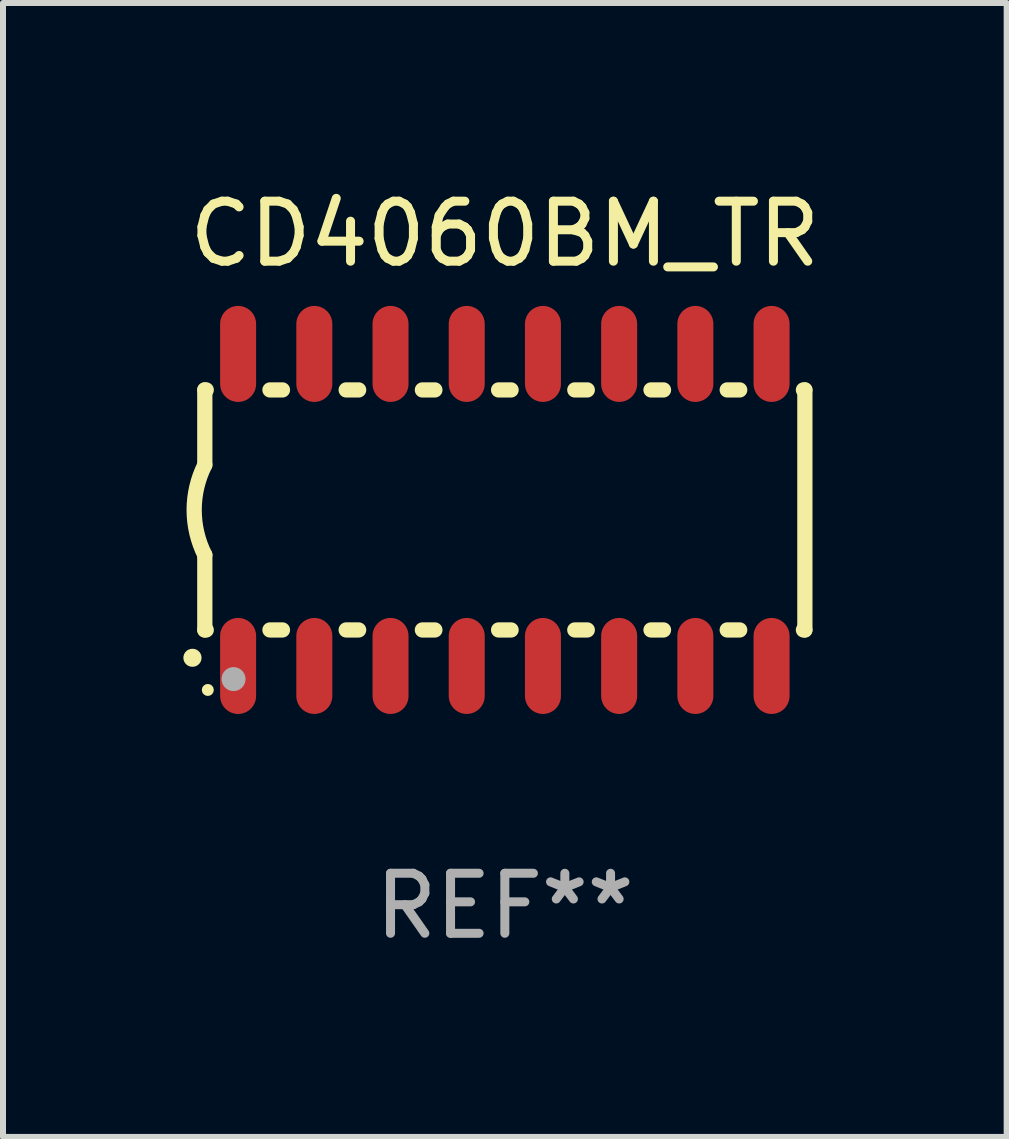
<source format=kicad_pcb>
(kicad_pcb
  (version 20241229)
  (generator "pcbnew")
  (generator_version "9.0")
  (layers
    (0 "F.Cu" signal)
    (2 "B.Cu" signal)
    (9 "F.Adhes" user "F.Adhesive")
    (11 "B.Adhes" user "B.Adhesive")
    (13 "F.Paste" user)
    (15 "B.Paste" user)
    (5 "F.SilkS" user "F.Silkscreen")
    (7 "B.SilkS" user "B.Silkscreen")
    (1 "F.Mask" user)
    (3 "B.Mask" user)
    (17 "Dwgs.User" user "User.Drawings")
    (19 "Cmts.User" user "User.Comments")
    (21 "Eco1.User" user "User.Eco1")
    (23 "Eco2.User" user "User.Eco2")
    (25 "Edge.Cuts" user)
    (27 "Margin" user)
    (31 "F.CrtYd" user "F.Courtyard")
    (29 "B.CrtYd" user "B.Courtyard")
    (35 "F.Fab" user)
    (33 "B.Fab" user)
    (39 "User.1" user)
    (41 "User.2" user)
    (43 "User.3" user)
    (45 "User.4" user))
  (footprint "CD4060BM_TR"
    (layer "F.Cu")
    (at 5.363 5.448)
    (property "Reference" "CD4060BM_TR" (at 0 -4.6 0) (layer "F.SilkS") (effects (font (size 1 1) (thickness 0.15))))
    (attr through_hole)
    (fp_line (start -5 -2) (end -5 -0.75) (stroke (width 0.254) (type solid)) (layer "F.SilkS"))
    (fp_line (start -5 -2) (end -4.976 -2) (stroke (width 0.254) (type solid)) (layer "F.SilkS"))
    (fp_line (start -5 2) (end -5 0.75) (stroke (width 0.254) (type solid)) (layer "F.SilkS"))
    (fp_line (start -5 2) (end -4.976 2) (stroke (width 0.254) (type solid)) (layer "F.SilkS"))
    (fp_line (start -3.914 -2) (end -3.706 -2) (stroke (width 0.254) (type solid)) (layer "F.SilkS"))
    (fp_line (start -3.914 2) (end -3.706 2) (stroke (width 0.254) (type solid)) (layer "F.SilkS"))
    (fp_line (start -2.644 -2) (end -2.436 -2) (stroke (width 0.254) (type solid)) (layer "F.SilkS"))
    (fp_line (start -2.644 2) (end -2.436 2) (stroke (width 0.254) (type solid)) (layer "F.SilkS"))
    (fp_line (start -1.374 -2) (end -1.166 -2) (stroke (width 0.254) (type solid)) (layer "F.SilkS"))
    (fp_line (start -1.374 2) (end -1.166 2) (stroke (width 0.254) (type solid)) (layer "F.SilkS"))
    (fp_line (start -0.104 -2) (end 0.104 -2) (stroke (width 0.254) (type solid)) (layer "F.SilkS"))
    (fp_line (start -0.104 2) (end 0.104 2) (stroke (width 0.254) (type solid)) (layer "F.SilkS"))
    (fp_line (start 1.166 -2) (end 1.374 -2) (stroke (width 0.254) (type solid)) (layer "F.SilkS"))
    (fp_line (start 1.166 2) (end 1.374 2) (stroke (width 0.254) (type solid)) (layer "F.SilkS"))
    (fp_line (start 2.436 -2) (end 2.644 -2) (stroke (width 0.254) (type solid)) (layer "F.SilkS"))
    (fp_line (start 2.436 2) (end 2.644 2) (stroke (width 0.254) (type solid)) (layer "F.SilkS"))
    (fp_line (start 3.706 -2) (end 3.914 -2) (stroke (width 0.254) (type solid)) (layer "F.SilkS"))
    (fp_line (start 3.706 2) (end 3.914 2) (stroke (width 0.254) (type solid)) (layer "F.SilkS"))
    (fp_line (start 4.976 -2) (end 5 -2) (stroke (width 0.254) (type solid)) (layer "F.SilkS"))
    (fp_line (start 4.976 2) (end 5 2) (stroke (width 0.254) (type solid)) (layer "F.SilkS"))
    (fp_line (start 5 2) (end 5 -2) (stroke (width 0.254) (type solid)) (layer "F.SilkS"))
    (fp_arc (start -5.20701 2.46383) (mid -5.20574 2.463825) (end -5.20447 2.46383) (stroke (width 0.3) (type solid)) (layer "F.SilkS"))
    (fp_arc (start -5 0.751207) (mid -5.177192 0.00061) (end -5 -0.749987) (stroke (width 0.254001) (type solid)) (layer "F.SilkS"))
    (fp_circle (center -4.95 3) (end -4.9 3) (stroke (width 0.1) (type solid)) (fill no) (layer "F.SilkS"))
    (fp_circle (center -4.521 2.819) (end -4.421 2.819) (stroke (width 0.2) (type solid)) (fill no) (layer "F.Fab"))
    (fp_text user "REF**" (at 0 6.6 0) (layer "F.Fab") (effects (font (size 1 1) (thickness 0.15))))
    (pad "1" smd oval (at -4.445 2.6 180) (size 0.6 1.6) (layers "F.Cu" "F.Mask" "F.Paste"))
    (pad "2" smd oval (at -3.175 2.6 180) (size 0.6 1.6) (layers "F.Cu" "F.Mask" "F.Paste"))
    (pad "3" smd oval (at -1.905 2.6 180) (size 0.6 1.6) (layers "F.Cu" "F.Mask" "F.Paste"))
    (pad "4" smd oval (at -0.635 2.6 180) (size 0.6 1.6) (layers "F.Cu" "F.Mask" "F.Paste"))
    (pad "5" smd oval (at 0.635 2.6 180) (size 0.6 1.6) (layers "F.Cu" "F.Mask" "F.Paste"))
    (pad "6" smd oval (at 1.905 2.6 180) (size 0.6 1.6) (layers "F.Cu" "F.Mask" "F.Paste"))
    (pad "7" smd oval (at 3.175 2.6 180) (size 0.6 1.6) (layers "F.Cu" "F.Mask" "F.Paste"))
    (pad "8" smd oval (at 4.445 2.6 180) (size 0.6 1.6) (layers "F.Cu" "F.Mask" "F.Paste"))
    (pad "9" smd oval (at 4.445 -2.6 180) (size 0.6 1.6) (layers "F.Cu" "F.Mask" "F.Paste"))
    (pad "10" smd oval (at 3.175 -2.6 180) (size 0.6 1.6) (layers "F.Cu" "F.Mask" "F.Paste"))
    (pad "11" smd oval (at 1.905 -2.6 180) (size 0.6 1.6) (layers "F.Cu" "F.Mask" "F.Paste"))
    (pad "12" smd oval (at 0.635 -2.6 180) (size 0.6 1.6) (layers "F.Cu" "F.Mask" "F.Paste"))
    (pad "13" smd oval (at -0.635 -2.6 180) (size 0.6 1.6) (layers "F.Cu" "F.Mask" "F.Paste"))
    (pad "14" smd oval (at -1.905 -2.6 180) (size 0.6 1.6) (layers "F.Cu" "F.Mask" "F.Paste"))
    (pad "15" smd oval (at -3.175 -2.6 180) (size 0.6 1.6) (layers "F.Cu" "F.Mask" "F.Paste"))
    (pad "16" smd oval (at -4.445 -2.6 180) (size 0.6 1.6) (layers "F.Cu" "F.Mask" "F.Paste")))
  (gr_rect
    (start -3 -3)
    (end 13.726 15.897)
    (stroke (width 0.1) (type default))
    (fill no)
    (layer "Edge.Cuts")))
</source>
